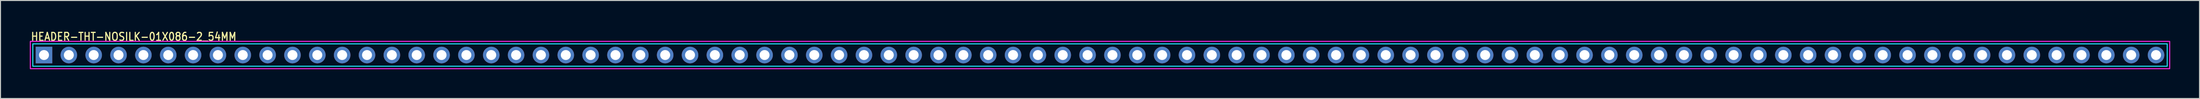
<source format=kicad_pcb>
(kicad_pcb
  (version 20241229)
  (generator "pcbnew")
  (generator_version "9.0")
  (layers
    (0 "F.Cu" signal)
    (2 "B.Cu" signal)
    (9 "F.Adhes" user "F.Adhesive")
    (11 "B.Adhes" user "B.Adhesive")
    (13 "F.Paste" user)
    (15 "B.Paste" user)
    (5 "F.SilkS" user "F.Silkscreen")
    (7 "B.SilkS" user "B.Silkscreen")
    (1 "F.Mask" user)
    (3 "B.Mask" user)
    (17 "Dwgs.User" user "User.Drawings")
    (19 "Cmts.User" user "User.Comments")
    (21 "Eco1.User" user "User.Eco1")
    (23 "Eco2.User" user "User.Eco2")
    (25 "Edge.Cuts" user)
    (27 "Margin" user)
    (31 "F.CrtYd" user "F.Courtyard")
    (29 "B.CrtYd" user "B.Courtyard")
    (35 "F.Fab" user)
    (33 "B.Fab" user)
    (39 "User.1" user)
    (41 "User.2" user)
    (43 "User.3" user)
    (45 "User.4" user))
  (footprint "HEADER-THT-NOSILK-01X086-2_54MM"
    (layer "F.Cu")
    (at 1.447 2.579)
    (property "Reference" "HEADER-THT-NOSILK-01X086-2_54MM" (at -1.4 -1.4 0) (unlocked yes) (layer "F.SilkS") (effects (font (size 0.813 0.695) (thickness 0.122)) (justify left bottom)))
    (fp_poly (pts (xy -1.143 -1.143) (xy 217.043 -1.143) (xy 217.043 1.143) (xy -1.143 1.143)) (stroke (width 0.1) (type solid)) (fill no) (layer "B.CrtYd"))
    (fp_poly (pts (xy -1.397 -1.397) (xy 217.297 -1.397) (xy 217.297 1.397) (xy -1.397 1.397)) (stroke (width 0.1) (type solid)) (fill no) (layer "F.CrtYd"))
    (pad "1" thru_hole rect (at 0 0) (size 1.693 1.693) (drill 1.016) (layers "*.Cu" "*.Mask"))
    (pad "2" thru_hole oval (at 2.54 0) (size 1.693 1.693) (drill 1.016) (layers "*.Cu" "*.Mask"))
    (pad "3" thru_hole oval (at 5.08 0) (size 1.693 1.693) (drill 1.016) (layers "*.Cu" "*.Mask"))
    (pad "4" thru_hole oval (at 7.62 0) (size 1.693 1.693) (drill 1.016) (layers "*.Cu" "*.Mask"))
    (pad "5" thru_hole oval (at 10.16 0) (size 1.693 1.693) (drill 1.016) (layers "*.Cu" "*.Mask"))
    (pad "6" thru_hole oval (at 12.7 0) (size 1.693 1.693) (drill 1.016) (layers "*.Cu" "*.Mask"))
    (pad "7" thru_hole oval (at 15.24 0) (size 1.693 1.693) (drill 1.016) (layers "*.Cu" "*.Mask"))
    (pad "8" thru_hole oval (at 17.78 0) (size 1.693 1.693) (drill 1.016) (layers "*.Cu" "*.Mask"))
    (pad "9" thru_hole oval (at 20.32 0) (size 1.693 1.693) (drill 1.016) (layers "*.Cu" "*.Mask"))
    (pad "10" thru_hole oval (at 22.86 0) (size 1.693 1.693) (drill 1.016) (layers "*.Cu" "*.Mask"))
    (pad "11" thru_hole oval (at 25.4 0) (size 1.693 1.693) (drill 1.016) (layers "*.Cu" "*.Mask"))
    (pad "12" thru_hole oval (at 27.94 0) (size 1.693 1.693) (drill 1.016) (layers "*.Cu" "*.Mask"))
    (pad "13" thru_hole oval (at 30.48 0) (size 1.693 1.693) (drill 1.016) (layers "*.Cu" "*.Mask"))
    (pad "14" thru_hole oval (at 33.02 0) (size 1.693 1.693) (drill 1.016) (layers "*.Cu" "*.Mask"))
    (pad "15" thru_hole oval (at 35.56 0) (size 1.693 1.693) (drill 1.016) (layers "*.Cu" "*.Mask"))
    (pad "16" thru_hole oval (at 38.1 0) (size 1.693 1.693) (drill 1.016) (layers "*.Cu" "*.Mask"))
    (pad "17" thru_hole oval (at 40.64 0) (size 1.693 1.693) (drill 1.016) (layers "*.Cu" "*.Mask"))
    (pad "18" thru_hole oval (at 43.18 0) (size 1.693 1.693) (drill 1.016) (layers "*.Cu" "*.Mask"))
    (pad "19" thru_hole oval (at 45.72 0) (size 1.693 1.693) (drill 1.016) (layers "*.Cu" "*.Mask"))
    (pad "20" thru_hole oval (at 48.26 0) (size 1.693 1.693) (drill 1.016) (layers "*.Cu" "*.Mask"))
    (pad "21" thru_hole oval (at 50.8 0) (size 1.693 1.693) (drill 1.016) (layers "*.Cu" "*.Mask"))
    (pad "22" thru_hole oval (at 53.34 0) (size 1.693 1.693) (drill 1.016) (layers "*.Cu" "*.Mask"))
    (pad "23" thru_hole oval (at 55.88 0) (size 1.693 1.693) (drill 1.016) (layers "*.Cu" "*.Mask"))
    (pad "24" thru_hole oval (at 58.42 0) (size 1.693 1.693) (drill 1.016) (layers "*.Cu" "*.Mask"))
    (pad "25" thru_hole oval (at 60.96 0) (size 1.693 1.693) (drill 1.016) (layers "*.Cu" "*.Mask"))
    (pad "26" thru_hole oval (at 63.5 0) (size 1.693 1.693) (drill 1.016) (layers "*.Cu" "*.Mask"))
    (pad "27" thru_hole oval (at 66.04 0) (size 1.693 1.693) (drill 1.016) (layers "*.Cu" "*.Mask"))
    (pad "28" thru_hole oval (at 68.58 0) (size 1.693 1.693) (drill 1.016) (layers "*.Cu" "*.Mask"))
    (pad "29" thru_hole oval (at 71.12 0) (size 1.693 1.693) (drill 1.016) (layers "*.Cu" "*.Mask"))
    (pad "30" thru_hole oval (at 73.66 0) (size 1.693 1.693) (drill 1.016) (layers "*.Cu" "*.Mask"))
    (pad "31" thru_hole oval (at 76.2 0) (size 1.693 1.693) (drill 1.016) (layers "*.Cu" "*.Mask"))
    (pad "32" thru_hole oval (at 78.74 0) (size 1.693 1.693) (drill 1.016) (layers "*.Cu" "*.Mask"))
    (pad "33" thru_hole oval (at 81.28 0) (size 1.693 1.693) (drill 1.016) (layers "*.Cu" "*.Mask"))
    (pad "34" thru_hole oval (at 83.82 0) (size 1.693 1.693) (drill 1.016) (layers "*.Cu" "*.Mask"))
    (pad "35" thru_hole oval (at 86.36 0) (size 1.693 1.693) (drill 1.016) (layers "*.Cu" "*.Mask"))
    (pad "36" thru_hole oval (at 88.9 0) (size 1.693 1.693) (drill 1.016) (layers "*.Cu" "*.Mask"))
    (pad "37" thru_hole oval (at 91.44 0) (size 1.693 1.693) (drill 1.016) (layers "*.Cu" "*.Mask"))
    (pad "38" thru_hole oval (at 93.98 0) (size 1.693 1.693) (drill 1.016) (layers "*.Cu" "*.Mask"))
    (pad "39" thru_hole oval (at 96.52 0) (size 1.693 1.693) (drill 1.016) (layers "*.Cu" "*.Mask"))
    (pad "40" thru_hole oval (at 99.06 0) (size 1.693 1.693) (drill 1.016) (layers "*.Cu" "*.Mask"))
    (pad "41" thru_hole oval (at 101.6 0) (size 1.693 1.693) (drill 1.016) (layers "*.Cu" "*.Mask"))
    (pad "42" thru_hole oval (at 104.14 0) (size 1.693 1.693) (drill 1.016) (layers "*.Cu" "*.Mask"))
    (pad "43" thru_hole oval (at 106.68 0) (size 1.693 1.693) (drill 1.016) (layers "*.Cu" "*.Mask"))
    (pad "44" thru_hole oval (at 109.22 0) (size 1.693 1.693) (drill 1.016) (layers "*.Cu" "*.Mask"))
    (pad "45" thru_hole oval (at 111.76 0) (size 1.693 1.693) (drill 1.016) (layers "*.Cu" "*.Mask"))
    (pad "46" thru_hole oval (at 114.3 0) (size 1.693 1.693) (drill 1.016) (layers "*.Cu" "*.Mask"))
    (pad "47" thru_hole oval (at 116.84 0) (size 1.693 1.693) (drill 1.016) (layers "*.Cu" "*.Mask"))
    (pad "48" thru_hole oval (at 119.38 0) (size 1.693 1.693) (drill 1.016) (layers "*.Cu" "*.Mask"))
    (pad "49" thru_hole oval (at 121.92 0) (size 1.693 1.693) (drill 1.016) (layers "*.Cu" "*.Mask"))
    (pad "50" thru_hole oval (at 124.46 0) (size 1.693 1.693) (drill 1.016) (layers "*.Cu" "*.Mask"))
    (pad "51" thru_hole oval (at 127 0) (size 1.693 1.693) (drill 1.016) (layers "*.Cu" "*.Mask"))
    (pad "52" thru_hole oval (at 129.54 0) (size 1.693 1.693) (drill 1.016) (layers "*.Cu" "*.Mask"))
    (pad "53" thru_hole oval (at 132.08 0) (size 1.693 1.693) (drill 1.016) (layers "*.Cu" "*.Mask"))
    (pad "54" thru_hole oval (at 134.62 0) (size 1.693 1.693) (drill 1.016) (layers "*.Cu" "*.Mask"))
    (pad "55" thru_hole oval (at 137.16 0) (size 1.693 1.693) (drill 1.016) (layers "*.Cu" "*.Mask"))
    (pad "56" thru_hole oval (at 139.7 0) (size 1.693 1.693) (drill 1.016) (layers "*.Cu" "*.Mask"))
    (pad "57" thru_hole oval (at 142.24 0) (size 1.693 1.693) (drill 1.016) (layers "*.Cu" "*.Mask"))
    (pad "58" thru_hole oval (at 144.78 0) (size 1.693 1.693) (drill 1.016) (layers "*.Cu" "*.Mask"))
    (pad "59" thru_hole oval (at 147.32 0) (size 1.693 1.693) (drill 1.016) (layers "*.Cu" "*.Mask"))
    (pad "60" thru_hole oval (at 149.86 0) (size 1.693 1.693) (drill 1.016) (layers "*.Cu" "*.Mask"))
    (pad "61" thru_hole oval (at 152.4 0) (size 1.693 1.693) (drill 1.016) (layers "*.Cu" "*.Mask"))
    (pad "62" thru_hole oval (at 154.94 0) (size 1.693 1.693) (drill 1.016) (layers "*.Cu" "*.Mask"))
    (pad "63" thru_hole oval (at 157.48 0) (size 1.693 1.693) (drill 1.016) (layers "*.Cu" "*.Mask"))
    (pad "64" thru_hole oval (at 160.02 0) (size 1.693 1.693) (drill 1.016) (layers "*.Cu" "*.Mask"))
    (pad "65" thru_hole oval (at 162.56 0) (size 1.693 1.693) (drill 1.016) (layers "*.Cu" "*.Mask"))
    (pad "66" thru_hole oval (at 165.1 0) (size 1.693 1.693) (drill 1.016) (layers "*.Cu" "*.Mask"))
    (pad "67" thru_hole oval (at 167.64 0) (size 1.693 1.693) (drill 1.016) (layers "*.Cu" "*.Mask"))
    (pad "68" thru_hole oval (at 170.18 0) (size 1.693 1.693) (drill 1.016) (layers "*.Cu" "*.Mask"))
    (pad "69" thru_hole oval (at 172.72 0) (size 1.693 1.693) (drill 1.016) (layers "*.Cu" "*.Mask"))
    (pad "70" thru_hole oval (at 175.26 0) (size 1.693 1.693) (drill 1.016) (layers "*.Cu" "*.Mask"))
    (pad "71" thru_hole oval (at 177.8 0) (size 1.693 1.693) (drill 1.016) (layers "*.Cu" "*.Mask"))
    (pad "72" thru_hole oval (at 180.34 0) (size 1.693 1.693) (drill 1.016) (layers "*.Cu" "*.Mask"))
    (pad "73" thru_hole oval (at 182.88 0) (size 1.693 1.693) (drill 1.016) (layers "*.Cu" "*.Mask"))
    (pad "74" thru_hole oval (at 185.42 0) (size 1.693 1.693) (drill 1.016) (layers "*.Cu" "*.Mask"))
    (pad "75" thru_hole oval (at 187.96 0) (size 1.693 1.693) (drill 1.016) (layers "*.Cu" "*.Mask"))
    (pad "76" thru_hole oval (at 190.5 0) (size 1.693 1.693) (drill 1.016) (layers "*.Cu" "*.Mask"))
    (pad "77" thru_hole oval (at 193.04 0) (size 1.693 1.693) (drill 1.016) (layers "*.Cu" "*.Mask"))
    (pad "78" thru_hole oval (at 195.58 0) (size 1.693 1.693) (drill 1.016) (layers "*.Cu" "*.Mask"))
    (pad "79" thru_hole oval (at 198.12 0) (size 1.693 1.693) (drill 1.016) (layers "*.Cu" "*.Mask"))
    (pad "80" thru_hole oval (at 200.66 0) (size 1.693 1.693) (drill 1.016) (layers "*.Cu" "*.Mask"))
    (pad "81" thru_hole oval (at 203.2 0) (size 1.693 1.693) (drill 1.016) (layers "*.Cu" "*.Mask"))
    (pad "82" thru_hole oval (at 205.74 0) (size 1.693 1.693) (drill 1.016) (layers "*.Cu" "*.Mask"))
    (pad "83" thru_hole oval (at 208.28 0) (size 1.693 1.693) (drill 1.016) (layers "*.Cu" "*.Mask"))
    (pad "84" thru_hole oval (at 210.82 0) (size 1.693 1.693) (drill 1.016) (layers "*.Cu" "*.Mask"))
    (pad "85" thru_hole oval (at 213.36 0) (size 1.693 1.693) (drill 1.016) (layers "*.Cu" "*.Mask"))
    (pad "86" thru_hole oval (at 215.9 0) (size 1.693 1.693) (drill 1.016) (layers "*.Cu" "*.Mask")))
  (gr_rect
    (start -3 -3)
    (end 221.794 7.026)
    (stroke (width 0.1) (type default))
    (fill no)
    (layer "Edge.Cuts")))
</source>
